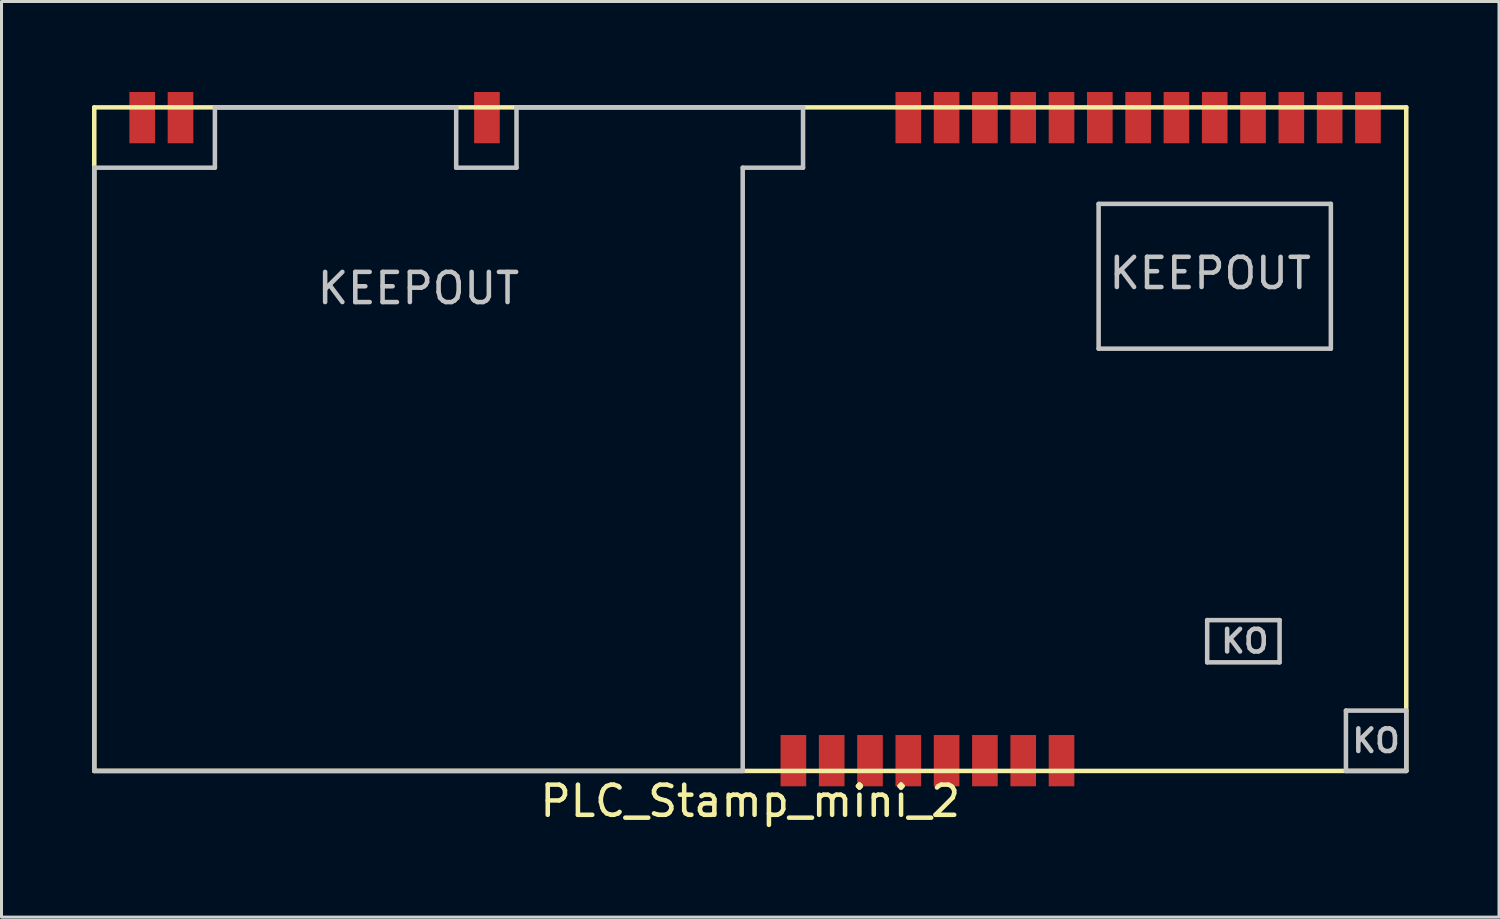
<source format=kicad_pcb>
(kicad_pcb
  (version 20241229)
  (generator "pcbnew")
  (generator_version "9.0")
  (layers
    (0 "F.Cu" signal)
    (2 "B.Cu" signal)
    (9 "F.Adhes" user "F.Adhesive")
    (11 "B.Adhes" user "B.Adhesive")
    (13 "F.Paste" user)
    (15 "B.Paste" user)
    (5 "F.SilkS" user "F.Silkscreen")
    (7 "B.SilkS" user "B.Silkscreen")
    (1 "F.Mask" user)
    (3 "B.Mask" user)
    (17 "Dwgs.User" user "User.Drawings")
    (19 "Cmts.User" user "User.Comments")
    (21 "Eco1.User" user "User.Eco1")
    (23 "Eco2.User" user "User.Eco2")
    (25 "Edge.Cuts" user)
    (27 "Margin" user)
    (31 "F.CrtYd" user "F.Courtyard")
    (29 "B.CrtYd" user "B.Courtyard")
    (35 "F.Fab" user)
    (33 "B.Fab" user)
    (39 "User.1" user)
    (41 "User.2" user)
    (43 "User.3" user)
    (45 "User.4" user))
  (footprint "PLC_Stamp_mini_2"
    (layer "F.Cu")
    (at 21.825 11.51)
    (property "Reference" "PLC_Stamp_mini_2" (at 0 12 0) (layer "F.SilkS") (effects (font (size 1 1) (thickness 0.15))))
    (attr through_hole)
    (fp_line (start -21.75 -11) (end -21.75 11) (stroke (width 0.15) (type solid)) (layer "F.SilkS"))
    (fp_line (start -21.75 11) (end 21.75 11) (stroke (width 0.15) (type solid)) (layer "F.SilkS"))
    (fp_line (start 21.75 -11) (end -21.75 -11) (stroke (width 0.15) (type solid)) (layer "F.SilkS"))
    (fp_line (start 21.75 11) (end 21.75 -11) (stroke (width 0.15) (type solid)) (layer "F.SilkS"))
    (fp_line (start -21.75 -9) (end -21.75 11) (stroke (width 0.15) (type solid)) (layer "Dwgs.User"))
    (fp_line (start -21.75 11) (end -0.25 11) (stroke (width 0.15) (type solid)) (layer "Dwgs.User"))
    (fp_line (start -17.75 -11) (end -17.75 -9) (stroke (width 0.15) (type solid)) (layer "Dwgs.User"))
    (fp_line (start -17.75 -9) (end -21.75 -9) (stroke (width 0.15) (type solid)) (layer "Dwgs.User"))
    (fp_line (start -9.75 -11) (end -17.75 -11) (stroke (width 0.15) (type solid)) (layer "Dwgs.User"))
    (fp_line (start -9.75 -9) (end -9.75 -11) (stroke (width 0.15) (type solid)) (layer "Dwgs.User"))
    (fp_line (start -7.75 -11) (end -7.75 -9) (stroke (width 0.15) (type solid)) (layer "Dwgs.User"))
    (fp_line (start -7.75 -9) (end -9.75 -9) (stroke (width 0.15) (type solid)) (layer "Dwgs.User"))
    (fp_line (start -0.25 -9) (end -0.25 11) (stroke (width 0.15) (type solid)) (layer "Dwgs.User"))
    (fp_line (start 1.75 -11) (end -7.75 -11) (stroke (width 0.15) (type solid)) (layer "Dwgs.User"))
    (fp_line (start 1.75 -11) (end 1.75 -9) (stroke (width 0.15) (type solid)) (layer "Dwgs.User"))
    (fp_line (start 1.75 -9) (end -0.25 -9) (stroke (width 0.15) (type solid)) (layer "Dwgs.User"))
    (fp_line (start 11.55 -7.8) (end 11.55 -3) (stroke (width 0.15) (type solid)) (layer "Dwgs.User"))
    (fp_line (start 11.55 -3) (end 19.25 -3) (stroke (width 0.15) (type solid)) (layer "Dwgs.User"))
    (fp_line (start 15.15 6) (end 15.15 7.4) (stroke (width 0.15) (type solid)) (layer "Dwgs.User"))
    (fp_line (start 15.15 7.4) (end 17.55 7.4) (stroke (width 0.15) (type solid)) (layer "Dwgs.User"))
    (fp_line (start 17.55 6) (end 15.15 6) (stroke (width 0.15) (type solid)) (layer "Dwgs.User"))
    (fp_line (start 17.55 7.4) (end 17.55 6) (stroke (width 0.15) (type solid)) (layer "Dwgs.User"))
    (fp_line (start 19.25 -7.8) (end 11.55 -7.8) (stroke (width 0.15) (type solid)) (layer "Dwgs.User"))
    (fp_line (start 19.25 -3) (end 19.25 -7.8) (stroke (width 0.15) (type solid)) (layer "Dwgs.User"))
    (fp_line (start 19.75 9) (end 19.75 11) (stroke (width 0.15) (type solid)) (layer "Dwgs.User"))
    (fp_line (start 19.75 11) (end 21.75 11) (stroke (width 0.15) (type solid)) (layer "Dwgs.User"))
    (fp_line (start 21.75 9) (end 19.75 9) (stroke (width 0.15) (type solid)) (layer "Dwgs.User"))
    (fp_line (start 21.75 11) (end 21.75 9) (stroke (width 0.15) (type solid)) (layer "Dwgs.User"))
    (fp_text user "KO" (at 16.4 6.7 0) (layer "Dwgs.User") (effects (font (size 0.75 0.75) (thickness 0.15))))
    (fp_text user "KO" (at 20.75 10 0) (layer "Dwgs.User") (effects (font (size 0.75 0.75) (thickness 0.15))))
    (fp_text user "KEEPOUT" (at 15.25 -5.5 0) (layer "Dwgs.User") (effects (font (size 1 1) (thickness 0.15))))
    (fp_text user "KEEPOUT" (at -11 -5 0) (layer "Dwgs.User") (effects (font (size 1 1) (thickness 0.15))))
    (pad "1" smd rect (at 20.48 -10.66) (size 0.85 1.7) (layers "F.Cu" "F.Mask" "F.Paste"))
    (pad "2" smd rect (at 19.21 -10.66) (size 0.85 1.7) (layers "F.Cu" "F.Mask" "F.Paste"))
    (pad "3" smd rect (at 17.94 -10.66) (size 0.85 1.7) (layers "F.Cu" "F.Mask" "F.Paste"))
    (pad "4" smd rect (at 16.67 -10.66) (size 0.85 1.7) (layers "F.Cu" "F.Mask" "F.Paste"))
    (pad "5" smd rect (at 15.4 -10.66) (size 0.85 1.7) (layers "F.Cu" "F.Mask" "F.Paste"))
    (pad "6" smd rect (at 14.13 -10.66) (size 0.85 1.7) (layers "F.Cu" "F.Mask" "F.Paste"))
    (pad "7" smd rect (at 12.86 -10.66) (size 0.85 1.7) (layers "F.Cu" "F.Mask" "F.Paste"))
    (pad "8" smd rect (at 11.59 -10.66) (size 0.85 1.7) (layers "F.Cu" "F.Mask" "F.Paste"))
    (pad "9" smd rect (at 10.32 -10.66) (size 0.85 1.7) (layers "F.Cu" "F.Mask" "F.Paste"))
    (pad "10" smd rect (at 9.05 -10.66) (size 0.85 1.7) (layers "F.Cu" "F.Mask" "F.Paste"))
    (pad "11" smd rect (at 7.78 -10.66) (size 0.85 1.7) (layers "F.Cu" "F.Mask" "F.Paste"))
    (pad "12" smd rect (at 6.51 -10.66) (size 0.85 1.7) (layers "F.Cu" "F.Mask" "F.Paste"))
    (pad "13" smd rect (at 5.24 -10.66) (size 0.85 1.7) (layers "F.Cu" "F.Mask" "F.Paste"))
    (pad "15" smd rect (at -8.73 -10.66) (size 0.85 1.7) (layers "F.Cu" "F.Mask" "F.Paste"))
    (pad "16" smd rect (at -18.89 -10.66) (size 0.85 1.7) (layers "F.Cu" "F.Mask" "F.Paste"))
    (pad "17" smd rect (at -20.16 -10.66) (size 0.85 1.7) (layers "F.Cu" "F.Mask" "F.Paste"))
    (pad "18" smd rect (at 1.43 10.66) (size 0.85 1.7) (layers "F.Cu" "F.Mask" "F.Paste"))
    (pad "19" smd rect (at 2.7 10.66) (size 0.85 1.7) (layers "F.Cu" "F.Mask" "F.Paste"))
    (pad "20" smd rect (at 3.97 10.66) (size 0.85 1.7) (layers "F.Cu" "F.Mask" "F.Paste"))
    (pad "21" smd rect (at 5.24 10.66) (size 0.85 1.7) (layers "F.Cu" "F.Mask" "F.Paste"))
    (pad "22" smd rect (at 6.51 10.66) (size 0.85 1.7) (layers "F.Cu" "F.Mask" "F.Paste"))
    (pad "23" smd rect (at 7.78 10.66) (size 0.85 1.7) (layers "F.Cu" "F.Mask" "F.Paste"))
    (pad "24" smd rect (at 9.05 10.66) (size 0.85 1.7) (layers "F.Cu" "F.Mask" "F.Paste"))
    (pad "25" smd rect (at 10.32 10.66) (size 0.85 1.7) (layers "F.Cu" "F.Mask" "F.Paste")))
  (gr_rect
    (start -3 -3)
    (end 46.65 27.358)
    (stroke (width 0.1) (type default))
    (fill no)
    (layer "Edge.Cuts")))
</source>
